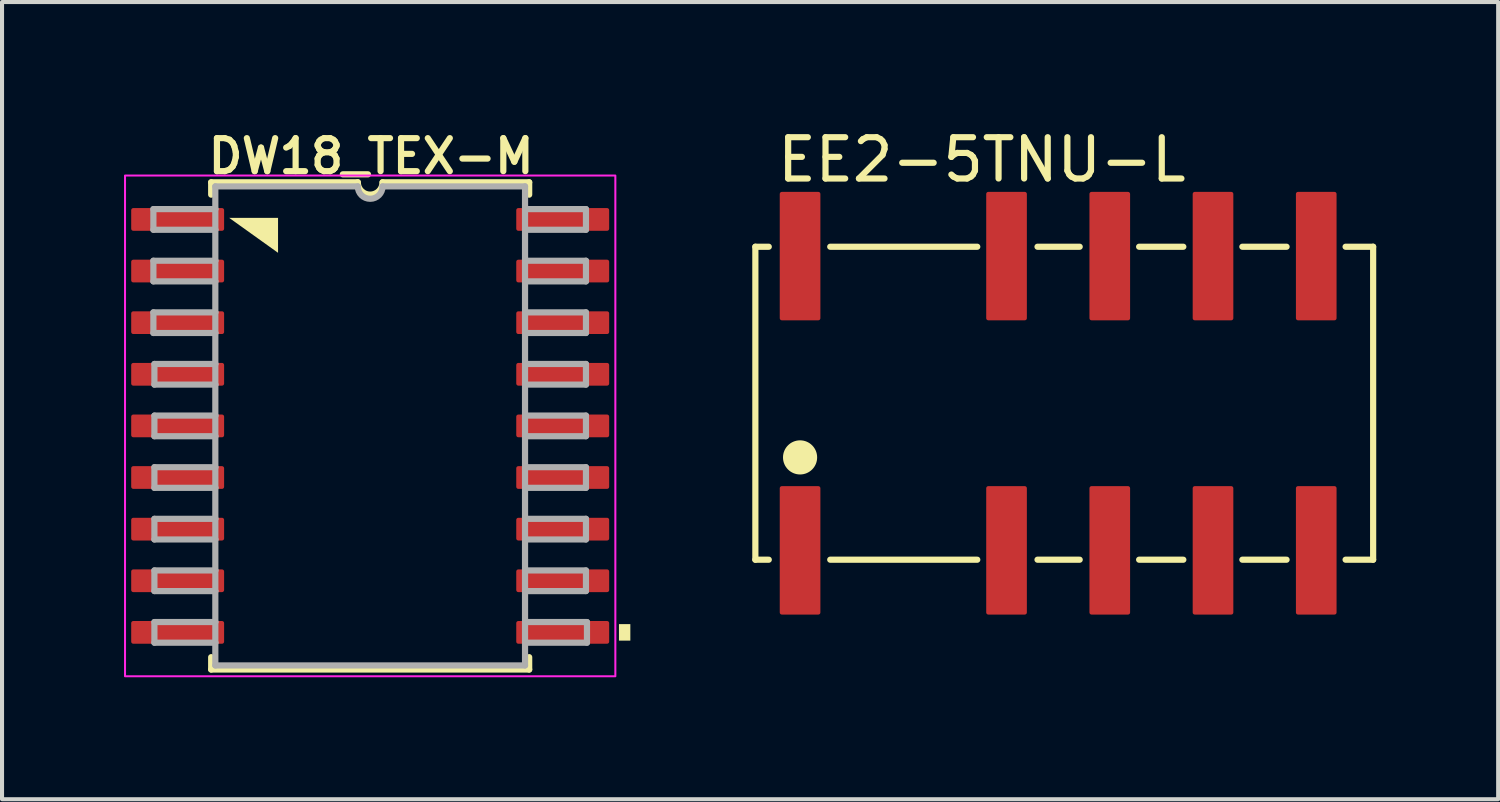
<source format=kicad_pcb>
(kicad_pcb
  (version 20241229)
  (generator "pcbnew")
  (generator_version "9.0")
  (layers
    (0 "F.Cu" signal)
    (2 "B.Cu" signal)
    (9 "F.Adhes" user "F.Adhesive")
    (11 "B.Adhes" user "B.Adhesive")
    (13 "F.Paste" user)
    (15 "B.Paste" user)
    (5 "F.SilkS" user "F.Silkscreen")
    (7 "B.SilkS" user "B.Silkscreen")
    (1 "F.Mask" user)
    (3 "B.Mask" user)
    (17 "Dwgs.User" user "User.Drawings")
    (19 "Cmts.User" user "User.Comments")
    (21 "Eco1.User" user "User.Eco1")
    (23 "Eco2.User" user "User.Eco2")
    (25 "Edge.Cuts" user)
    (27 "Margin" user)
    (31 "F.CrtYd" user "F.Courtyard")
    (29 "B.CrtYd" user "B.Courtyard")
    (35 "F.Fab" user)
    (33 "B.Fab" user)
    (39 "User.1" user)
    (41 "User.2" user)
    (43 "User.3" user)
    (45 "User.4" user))
  (footprint "DW18_TEX-M"
    (layer "F.Cu")
    (at 6.058 7.429)
    (property "Reference" "DW18_TEX-M" (at -4.064 -6.16 0) (layer "F.SilkS") (effects (font (size 0.813 0.813) (thickness 0.152) (bold yes)) (justify left bottom)))
    (attr smd)
    (fp_line (start -3.912 -5.994) (end -3.912 -5.69) (stroke (width 0.152) (type solid)) (layer "F.SilkS"))
    (fp_line (start -3.912 5.69) (end -3.912 5.994) (stroke (width 0.152) (type solid)) (layer "F.SilkS"))
    (fp_line (start -3.912 5.994) (end 3.912 5.994) (stroke (width 0.152) (type solid)) (layer "F.SilkS"))
    (fp_line (start -0.305 -5.994) (end -3.912 -5.994) (stroke (width 0.152) (type solid)) (layer "F.SilkS"))
    (fp_line (start 3.912 -5.994) (end 0.305 -5.994) (stroke (width 0.152) (type solid)) (layer "F.SilkS"))
    (fp_line (start 3.912 -5.69) (end 3.912 -5.994) (stroke (width 0.152) (type solid)) (layer "F.SilkS"))
    (fp_line (start 3.912 5.994) (end 3.912 5.69) (stroke (width 0.152) (type solid)) (layer "F.SilkS"))
    (fp_arc (start 0.3048 -5.9944) (mid 0 -5.6896) (end -0.3048 -5.9944) (stroke (width 0.1524) (type solid)) (layer "F.SilkS"))
    (fp_poly (pts (xy -2.267 -4.259) (xy -3.47 -5.119) (xy -2.267 -5.119)) (stroke (width 0) (type default)) (fill yes) (layer "F.SilkS"))
    (fp_poly (pts (xy 6.401 5.283) (xy 6.121 5.283) (xy 6.121 4.877) (xy 6.401 4.877)) (stroke (width 0) (type default)) (fill yes) (layer "F.SilkS"))
    (fp_rect (start -6.032 -6.16) (end 6.032 6.16) (stroke (width 0.05) (type default)) (fill no) (layer "F.CrtYd"))
    (fp_line (start -5.334 -5.334) (end -5.334 -4.826) (stroke (width 0.152) (type solid)) (layer "F.Fab"))
    (fp_line (start -5.334 -4.826) (end -3.81 -4.826) (stroke (width 0.152) (type solid)) (layer "F.Fab"))
    (fp_line (start -5.334 -4.064) (end -5.334 -3.556) (stroke (width 0.152) (type solid)) (layer "F.Fab"))
    (fp_line (start -5.334 -3.556) (end -3.81 -3.556) (stroke (width 0.152) (type solid)) (layer "F.Fab"))
    (fp_line (start -5.334 -2.794) (end -5.334 -2.286) (stroke (width 0.152) (type solid)) (layer "F.Fab"))
    (fp_line (start -5.334 -2.286) (end -3.81 -2.286) (stroke (width 0.152) (type solid)) (layer "F.Fab"))
    (fp_line (start -5.309 -1.524) (end -5.309 -1.016) (stroke (width 0.152) (type solid)) (layer "F.Fab"))
    (fp_line (start -5.309 -1.016) (end -3.81 -1.016) (stroke (width 0.152) (type solid)) (layer "F.Fab"))
    (fp_line (start -5.309 -0.254) (end -5.309 0.254) (stroke (width 0.152) (type solid)) (layer "F.Fab"))
    (fp_line (start -5.309 0.254) (end -3.81 0.254) (stroke (width 0.152) (type solid)) (layer "F.Fab"))
    (fp_line (start -5.309 1.016) (end -5.309 1.524) (stroke (width 0.152) (type solid)) (layer "F.Fab"))
    (fp_line (start -5.309 1.524) (end -3.81 1.524) (stroke (width 0.152) (type solid)) (layer "F.Fab"))
    (fp_line (start -5.309 2.286) (end -5.309 2.794) (stroke (width 0.152) (type solid)) (layer "F.Fab"))
    (fp_line (start -5.309 2.794) (end -3.81 2.794) (stroke (width 0.152) (type solid)) (layer "F.Fab"))
    (fp_line (start -5.309 3.556) (end -5.309 4.064) (stroke (width 0.152) (type solid)) (layer "F.Fab"))
    (fp_line (start -5.309 4.064) (end -3.81 4.064) (stroke (width 0.152) (type solid)) (layer "F.Fab"))
    (fp_line (start -5.309 4.826) (end -5.309 5.334) (stroke (width 0.152) (type solid)) (layer "F.Fab"))
    (fp_line (start -5.309 5.334) (end -3.81 5.334) (stroke (width 0.152) (type solid)) (layer "F.Fab"))
    (fp_line (start -3.81 -5.893) (end -3.81 -5.334) (stroke (width 0.152) (type solid)) (layer "F.Fab"))
    (fp_line (start -3.81 -5.334) (end -5.334 -5.334) (stroke (width 0.152) (type solid)) (layer "F.Fab"))
    (fp_line (start -3.81 -5.334) (end -3.81 -4.826) (stroke (width 0.152) (type solid)) (layer "F.Fab"))
    (fp_line (start -3.81 -4.826) (end -3.81 -4.064) (stroke (width 0.152) (type solid)) (layer "F.Fab"))
    (fp_line (start -3.81 -4.064) (end -5.334 -4.064) (stroke (width 0.152) (type solid)) (layer "F.Fab"))
    (fp_line (start -3.81 -4.064) (end -3.81 -3.556) (stroke (width 0.152) (type solid)) (layer "F.Fab"))
    (fp_line (start -3.81 -3.556) (end -3.81 -2.794) (stroke (width 0.152) (type solid)) (layer "F.Fab"))
    (fp_line (start -3.81 -2.794) (end -5.334 -2.794) (stroke (width 0.152) (type solid)) (layer "F.Fab"))
    (fp_line (start -3.81 -2.794) (end -3.81 -2.286) (stroke (width 0.152) (type solid)) (layer "F.Fab"))
    (fp_line (start -3.81 -2.286) (end -3.81 -1.524) (stroke (width 0.152) (type solid)) (layer "F.Fab"))
    (fp_line (start -3.81 -1.524) (end -5.309 -1.524) (stroke (width 0.152) (type solid)) (layer "F.Fab"))
    (fp_line (start -3.81 -1.524) (end -3.81 -1.016) (stroke (width 0.152) (type solid)) (layer "F.Fab"))
    (fp_line (start -3.81 -1.016) (end -3.81 -0.254) (stroke (width 0.152) (type solid)) (layer "F.Fab"))
    (fp_line (start -3.81 -0.254) (end -5.309 -0.254) (stroke (width 0.152) (type solid)) (layer "F.Fab"))
    (fp_line (start -3.81 -0.254) (end -3.81 0.254) (stroke (width 0.152) (type solid)) (layer "F.Fab"))
    (fp_line (start -3.81 0.254) (end -3.81 1.016) (stroke (width 0.152) (type solid)) (layer "F.Fab"))
    (fp_line (start -3.81 1.016) (end -5.309 1.016) (stroke (width 0.152) (type solid)) (layer "F.Fab"))
    (fp_line (start -3.81 1.016) (end -3.81 1.524) (stroke (width 0.152) (type solid)) (layer "F.Fab"))
    (fp_line (start -3.81 1.524) (end -3.81 2.286) (stroke (width 0.152) (type solid)) (layer "F.Fab"))
    (fp_line (start -3.81 2.286) (end -5.309 2.286) (stroke (width 0.152) (type solid)) (layer "F.Fab"))
    (fp_line (start -3.81 2.286) (end -3.81 2.794) (stroke (width 0.152) (type solid)) (layer "F.Fab"))
    (fp_line (start -3.81 2.794) (end -3.81 3.556) (stroke (width 0.152) (type solid)) (layer "F.Fab"))
    (fp_line (start -3.81 3.556) (end -5.309 3.556) (stroke (width 0.152) (type solid)) (layer "F.Fab"))
    (fp_line (start -3.81 3.556) (end -3.81 4.064) (stroke (width 0.152) (type solid)) (layer "F.Fab"))
    (fp_line (start -3.81 4.064) (end -3.81 4.826) (stroke (width 0.152) (type solid)) (layer "F.Fab"))
    (fp_line (start -3.81 4.826) (end -5.309 4.826) (stroke (width 0.152) (type solid)) (layer "F.Fab"))
    (fp_line (start -3.81 4.826) (end -3.81 5.334) (stroke (width 0.152) (type solid)) (layer "F.Fab"))
    (fp_line (start -3.81 5.334) (end -3.81 5.893) (stroke (width 0.152) (type solid)) (layer "F.Fab"))
    (fp_line (start -3.81 5.893) (end 3.81 5.893) (stroke (width 0.152) (type solid)) (layer "F.Fab"))
    (fp_line (start -0.305 -5.893) (end -3.81 -5.893) (stroke (width 0.152) (type solid)) (layer "F.Fab"))
    (fp_line (start 3.81 -5.893) (end 0.305 -5.893) (stroke (width 0.152) (type solid)) (layer "F.Fab"))
    (fp_line (start 3.81 -5.334) (end 3.81 -5.893) (stroke (width 0.152) (type solid)) (layer "F.Fab"))
    (fp_line (start 3.81 -4.826) (end 3.81 -5.334) (stroke (width 0.152) (type solid)) (layer "F.Fab"))
    (fp_line (start 3.81 -4.826) (end 5.309 -4.826) (stroke (width 0.152) (type solid)) (layer "F.Fab"))
    (fp_line (start 3.81 -4.064) (end 3.81 -4.826) (stroke (width 0.152) (type solid)) (layer "F.Fab"))
    (fp_line (start 3.81 -3.556) (end 3.81 -4.064) (stroke (width 0.152) (type solid)) (layer "F.Fab"))
    (fp_line (start 3.81 -3.556) (end 5.309 -3.556) (stroke (width 0.152) (type solid)) (layer "F.Fab"))
    (fp_line (start 3.81 -2.794) (end 3.81 -3.556) (stroke (width 0.152) (type solid)) (layer "F.Fab"))
    (fp_line (start 3.81 -2.286) (end 3.81 -2.794) (stroke (width 0.152) (type solid)) (layer "F.Fab"))
    (fp_line (start 3.81 -2.286) (end 5.309 -2.286) (stroke (width 0.152) (type solid)) (layer "F.Fab"))
    (fp_line (start 3.81 -1.524) (end 3.81 -2.286) (stroke (width 0.152) (type solid)) (layer "F.Fab"))
    (fp_line (start 3.81 -1.016) (end 3.81 -1.524) (stroke (width 0.152) (type solid)) (layer "F.Fab"))
    (fp_line (start 3.81 -1.016) (end 5.309 -1.016) (stroke (width 0.152) (type solid)) (layer "F.Fab"))
    (fp_line (start 3.81 -0.254) (end 3.81 -1.016) (stroke (width 0.152) (type solid)) (layer "F.Fab"))
    (fp_line (start 3.81 0.254) (end 3.81 -0.254) (stroke (width 0.152) (type solid)) (layer "F.Fab"))
    (fp_line (start 3.81 0.254) (end 5.309 0.254) (stroke (width 0.152) (type solid)) (layer "F.Fab"))
    (fp_line (start 3.81 1.016) (end 3.81 0.254) (stroke (width 0.152) (type solid)) (layer "F.Fab"))
    (fp_line (start 3.81 1.524) (end 3.81 1.016) (stroke (width 0.152) (type solid)) (layer "F.Fab"))
    (fp_line (start 3.81 1.524) (end 5.309 1.524) (stroke (width 0.152) (type solid)) (layer "F.Fab"))
    (fp_line (start 3.81 2.286) (end 3.81 1.524) (stroke (width 0.152) (type solid)) (layer "F.Fab"))
    (fp_line (start 3.81 2.794) (end 3.81 2.286) (stroke (width 0.152) (type solid)) (layer "F.Fab"))
    (fp_line (start 3.81 2.794) (end 5.309 2.794) (stroke (width 0.152) (type solid)) (layer "F.Fab"))
    (fp_line (start 3.81 3.556) (end 3.81 2.794) (stroke (width 0.152) (type solid)) (layer "F.Fab"))
    (fp_line (start 3.81 4.064) (end 3.81 3.556) (stroke (width 0.152) (type solid)) (layer "F.Fab"))
    (fp_line (start 3.81 4.064) (end 5.309 4.064) (stroke (width 0.152) (type solid)) (layer "F.Fab"))
    (fp_line (start 3.81 4.826) (end 3.81 4.064) (stroke (width 0.152) (type solid)) (layer "F.Fab"))
    (fp_line (start 3.81 5.334) (end 3.81 4.826) (stroke (width 0.152) (type solid)) (layer "F.Fab"))
    (fp_line (start 3.81 5.334) (end 5.334 5.334) (stroke (width 0.152) (type solid)) (layer "F.Fab"))
    (fp_line (start 3.81 5.893) (end 3.81 5.334) (stroke (width 0.152) (type solid)) (layer "F.Fab"))
    (fp_line (start 5.309 -5.334) (end 3.81 -5.334) (stroke (width 0.152) (type solid)) (layer "F.Fab"))
    (fp_line (start 5.309 -4.826) (end 5.309 -5.334) (stroke (width 0.152) (type solid)) (layer "F.Fab"))
    (fp_line (start 5.309 -4.064) (end 3.81 -4.064) (stroke (width 0.152) (type solid)) (layer "F.Fab"))
    (fp_line (start 5.309 -3.556) (end 5.309 -4.064) (stroke (width 0.152) (type solid)) (layer "F.Fab"))
    (fp_line (start 5.309 -2.794) (end 3.81 -2.794) (stroke (width 0.152) (type solid)) (layer "F.Fab"))
    (fp_line (start 5.309 -2.286) (end 5.309 -2.794) (stroke (width 0.152) (type solid)) (layer "F.Fab"))
    (fp_line (start 5.309 -1.524) (end 3.81 -1.524) (stroke (width 0.152) (type solid)) (layer "F.Fab"))
    (fp_line (start 5.309 -1.016) (end 5.309 -1.524) (stroke (width 0.152) (type solid)) (layer "F.Fab"))
    (fp_line (start 5.309 -0.254) (end 3.81 -0.254) (stroke (width 0.152) (type solid)) (layer "F.Fab"))
    (fp_line (start 5.309 0.254) (end 5.309 -0.254) (stroke (width 0.152) (type solid)) (layer "F.Fab"))
    (fp_line (start 5.309 1.016) (end 3.81 1.016) (stroke (width 0.152) (type solid)) (layer "F.Fab"))
    (fp_line (start 5.309 1.524) (end 5.309 1.016) (stroke (width 0.152) (type solid)) (layer "F.Fab"))
    (fp_line (start 5.309 2.286) (end 3.81 2.286) (stroke (width 0.152) (type solid)) (layer "F.Fab"))
    (fp_line (start 5.309 2.794) (end 5.309 2.286) (stroke (width 0.152) (type solid)) (layer "F.Fab"))
    (fp_line (start 5.309 3.556) (end 3.81 3.556) (stroke (width 0.152) (type solid)) (layer "F.Fab"))
    (fp_line (start 5.309 4.064) (end 5.309 3.556) (stroke (width 0.152) (type solid)) (layer "F.Fab"))
    (fp_line (start 5.334 4.826) (end 3.81 4.826) (stroke (width 0.152) (type solid)) (layer "F.Fab"))
    (fp_line (start 5.334 5.334) (end 5.334 4.826) (stroke (width 0.152) (type solid)) (layer "F.Fab"))
    (fp_arc (start 0.3048 -5.8928) (mid 0 -5.588) (end -0.3048 -5.8928) (stroke (width 0.1524) (type solid)) (layer "F.Fab"))
    (pad "1" smd roundrect (at -4.737 -5.08) (size 2.286 0.559) (layers "F.Cu" "F.Mask" "F.Paste") (roundrect_rratio 0.091))
    (pad "2" smd roundrect (at -4.737 -3.81) (size 2.286 0.559) (layers "F.Cu" "F.Mask" "F.Paste") (roundrect_rratio 0.091))
    (pad "3" smd roundrect (at -4.737 -2.54) (size 2.286 0.559) (layers "F.Cu" "F.Mask" "F.Paste") (roundrect_rratio 0.091))
    (pad "4" smd roundrect (at -4.737 -1.27) (size 2.286 0.559) (layers "F.Cu" "F.Mask" "F.Paste") (roundrect_rratio 0.091))
    (pad "5" smd roundrect (at -4.737 0) (size 2.286 0.559) (layers "F.Cu" "F.Mask" "F.Paste") (roundrect_rratio 0.091))
    (pad "6" smd roundrect (at -4.737 1.27) (size 2.286 0.559) (layers "F.Cu" "F.Mask" "F.Paste") (roundrect_rratio 0.091))
    (pad "7" smd roundrect (at -4.737 2.54) (size 2.286 0.559) (layers "F.Cu" "F.Mask" "F.Paste") (roundrect_rratio 0.091))
    (pad "8" smd roundrect (at -4.737 3.81) (size 2.286 0.559) (layers "F.Cu" "F.Mask" "F.Paste") (roundrect_rratio 0.091))
    (pad "9" smd roundrect (at -4.737 5.08) (size 2.286 0.559) (layers "F.Cu" "F.Mask" "F.Paste") (roundrect_rratio 0.091))
    (pad "10" smd roundrect (at 4.737 5.08) (size 2.286 0.559) (layers "F.Cu" "F.Mask" "F.Paste") (roundrect_rratio 0.091))
    (pad "11" smd roundrect (at 4.737 3.81) (size 2.286 0.559) (layers "F.Cu" "F.Mask" "F.Paste") (roundrect_rratio 0.091))
    (pad "12" smd roundrect (at 4.737 2.54) (size 2.286 0.559) (layers "F.Cu" "F.Mask" "F.Paste") (roundrect_rratio 0.091))
    (pad "13" smd roundrect (at 4.737 1.27) (size 2.286 0.559) (layers "F.Cu" "F.Mask" "F.Paste") (roundrect_rratio 0.091))
    (pad "14" smd roundrect (at 4.737 0) (size 2.286 0.559) (layers "F.Cu" "F.Mask" "F.Paste") (roundrect_rratio 0.091))
    (pad "15" smd roundrect (at 4.737 -1.27) (size 2.286 0.559) (layers "F.Cu" "F.Mask" "F.Paste") (roundrect_rratio 0.091))
    (pad "16" smd roundrect (at 4.737 -2.54) (size 2.286 0.559) (layers "F.Cu" "F.Mask" "F.Paste") (roundrect_rratio 0.091))
    (pad "17" smd roundrect (at 4.737 -3.81) (size 2.286 0.559) (layers "F.Cu" "F.Mask" "F.Paste") (roundrect_rratio 0.091))
    (pad "18" smd roundrect (at 4.737 -5.08) (size 2.286 0.559) (layers "F.Cu" "F.Mask" "F.Paste") (roundrect_rratio 0.091)))
  (footprint "EE2-5TNU-L"
    (layer "F.Cu")
    (at 22.985 6.871)
    (property "Reference" "EE2-5TNU-L" (at -6.985 -5.397 0) (layer "F.SilkS") (effects (font (size 1.016 1.016) (thickness 0.152)) (justify left bottom)))
    (attr smd)
    (fp_line (start -7.45 -3.85) (end -7.12 -3.85) (stroke (width 0.152) (type solid)) (layer "F.SilkS"))
    (fp_line (start -7.45 3.85) (end -7.45 -3.85) (stroke (width 0.152) (type solid)) (layer "F.SilkS"))
    (fp_line (start -7.12 3.85) (end -7.45 3.85) (stroke (width 0.152) (type solid)) (layer "F.SilkS"))
    (fp_line (start -1.99 -3.85) (end -5.608 -3.85) (stroke (width 0.152) (type solid)) (layer "F.SilkS"))
    (fp_line (start -1.99 3.85) (end -5.608 3.85) (stroke (width 0.152) (type solid)) (layer "F.SilkS"))
    (fp_line (start 0.53 -3.85) (end -0.508 -3.85) (stroke (width 0.152) (type solid)) (layer "F.SilkS"))
    (fp_line (start 0.53 3.85) (end -0.508 3.85) (stroke (width 0.152) (type solid)) (layer "F.SilkS"))
    (fp_line (start 3.08 -3.85) (end 1.992 -3.85) (stroke (width 0.152) (type solid)) (layer "F.SilkS"))
    (fp_line (start 3.08 3.85) (end 1.992 3.85) (stroke (width 0.152) (type solid)) (layer "F.SilkS"))
    (fp_line (start 5.62 -3.85) (end 4.532 -3.85) (stroke (width 0.152) (type solid)) (layer "F.SilkS"))
    (fp_line (start 5.62 3.85) (end 4.532 3.85) (stroke (width 0.152) (type solid)) (layer "F.SilkS"))
    (fp_line (start 7.75 -3.85) (end 7.072 -3.85) (stroke (width 0.152) (type solid)) (layer "F.SilkS"))
    (fp_line (start 7.75 3.85) (end 7.072 3.85) (stroke (width 0.152) (type solid)) (layer "F.SilkS"))
    (fp_line (start 7.75 3.85) (end 7.75 -3.85) (stroke (width 0.152) (type solid)) (layer "F.SilkS"))
    (fp_circle (center -6.35 1.333) (end -5.98 1.333) (stroke (width 0.1) (type solid)) (fill yes) (layer "F.SilkS"))
    (pad "1" smd roundrect (at -6.35 3.62 90) (size 3.16 1) (layers "F.Cu" "F.Mask" "F.Paste") (roundrect_rratio 0.051))
    (pad "3" smd roundrect (at -1.27 3.62 90) (size 3.16 1) (layers "F.Cu" "F.Mask" "F.Paste") (roundrect_rratio 0.051))
    (pad "4" smd roundrect (at 1.27 3.62 90) (size 3.16 1) (layers "F.Cu" "F.Mask" "F.Paste") (roundrect_rratio 0.051))
    (pad "5" smd roundrect (at 3.81 3.62 90) (size 3.16 1) (layers "F.Cu" "F.Mask" "F.Paste") (roundrect_rratio 0.051))
    (pad "6" smd roundrect (at 6.35 3.62 90) (size 3.16 1) (layers "F.Cu" "F.Mask" "F.Paste") (roundrect_rratio 0.051))
    (pad "7" smd roundrect (at 6.35 -3.62 90) (size 3.16 1) (layers "F.Cu" "F.Mask" "F.Paste") (roundrect_rratio 0.051))
    (pad "8" smd roundrect (at 3.81 -3.62 90) (size 3.16 1) (layers "F.Cu" "F.Mask" "F.Paste") (roundrect_rratio 0.051))
    (pad "9" smd roundrect (at 1.27 -3.62 90) (size 3.16 1) (layers "F.Cu" "F.Mask" "F.Paste") (roundrect_rratio 0.051))
    (pad "10" smd roundrect (at -1.27 -3.62 90) (size 3.16 1) (layers "F.Cu" "F.Mask" "F.Paste") (roundrect_rratio 0.051))
    (pad "12" smd roundrect (at -6.35 -3.62 90) (size 3.16 1) (layers "F.Cu" "F.Mask" "F.Paste") (roundrect_rratio 0.051)))
  (gr_rect
    (start -3 -3)
    (end 33.811 16.614)
    (stroke (width 0.1) (type default))
    (fill no)
    (layer "Edge.Cuts")))
</source>
